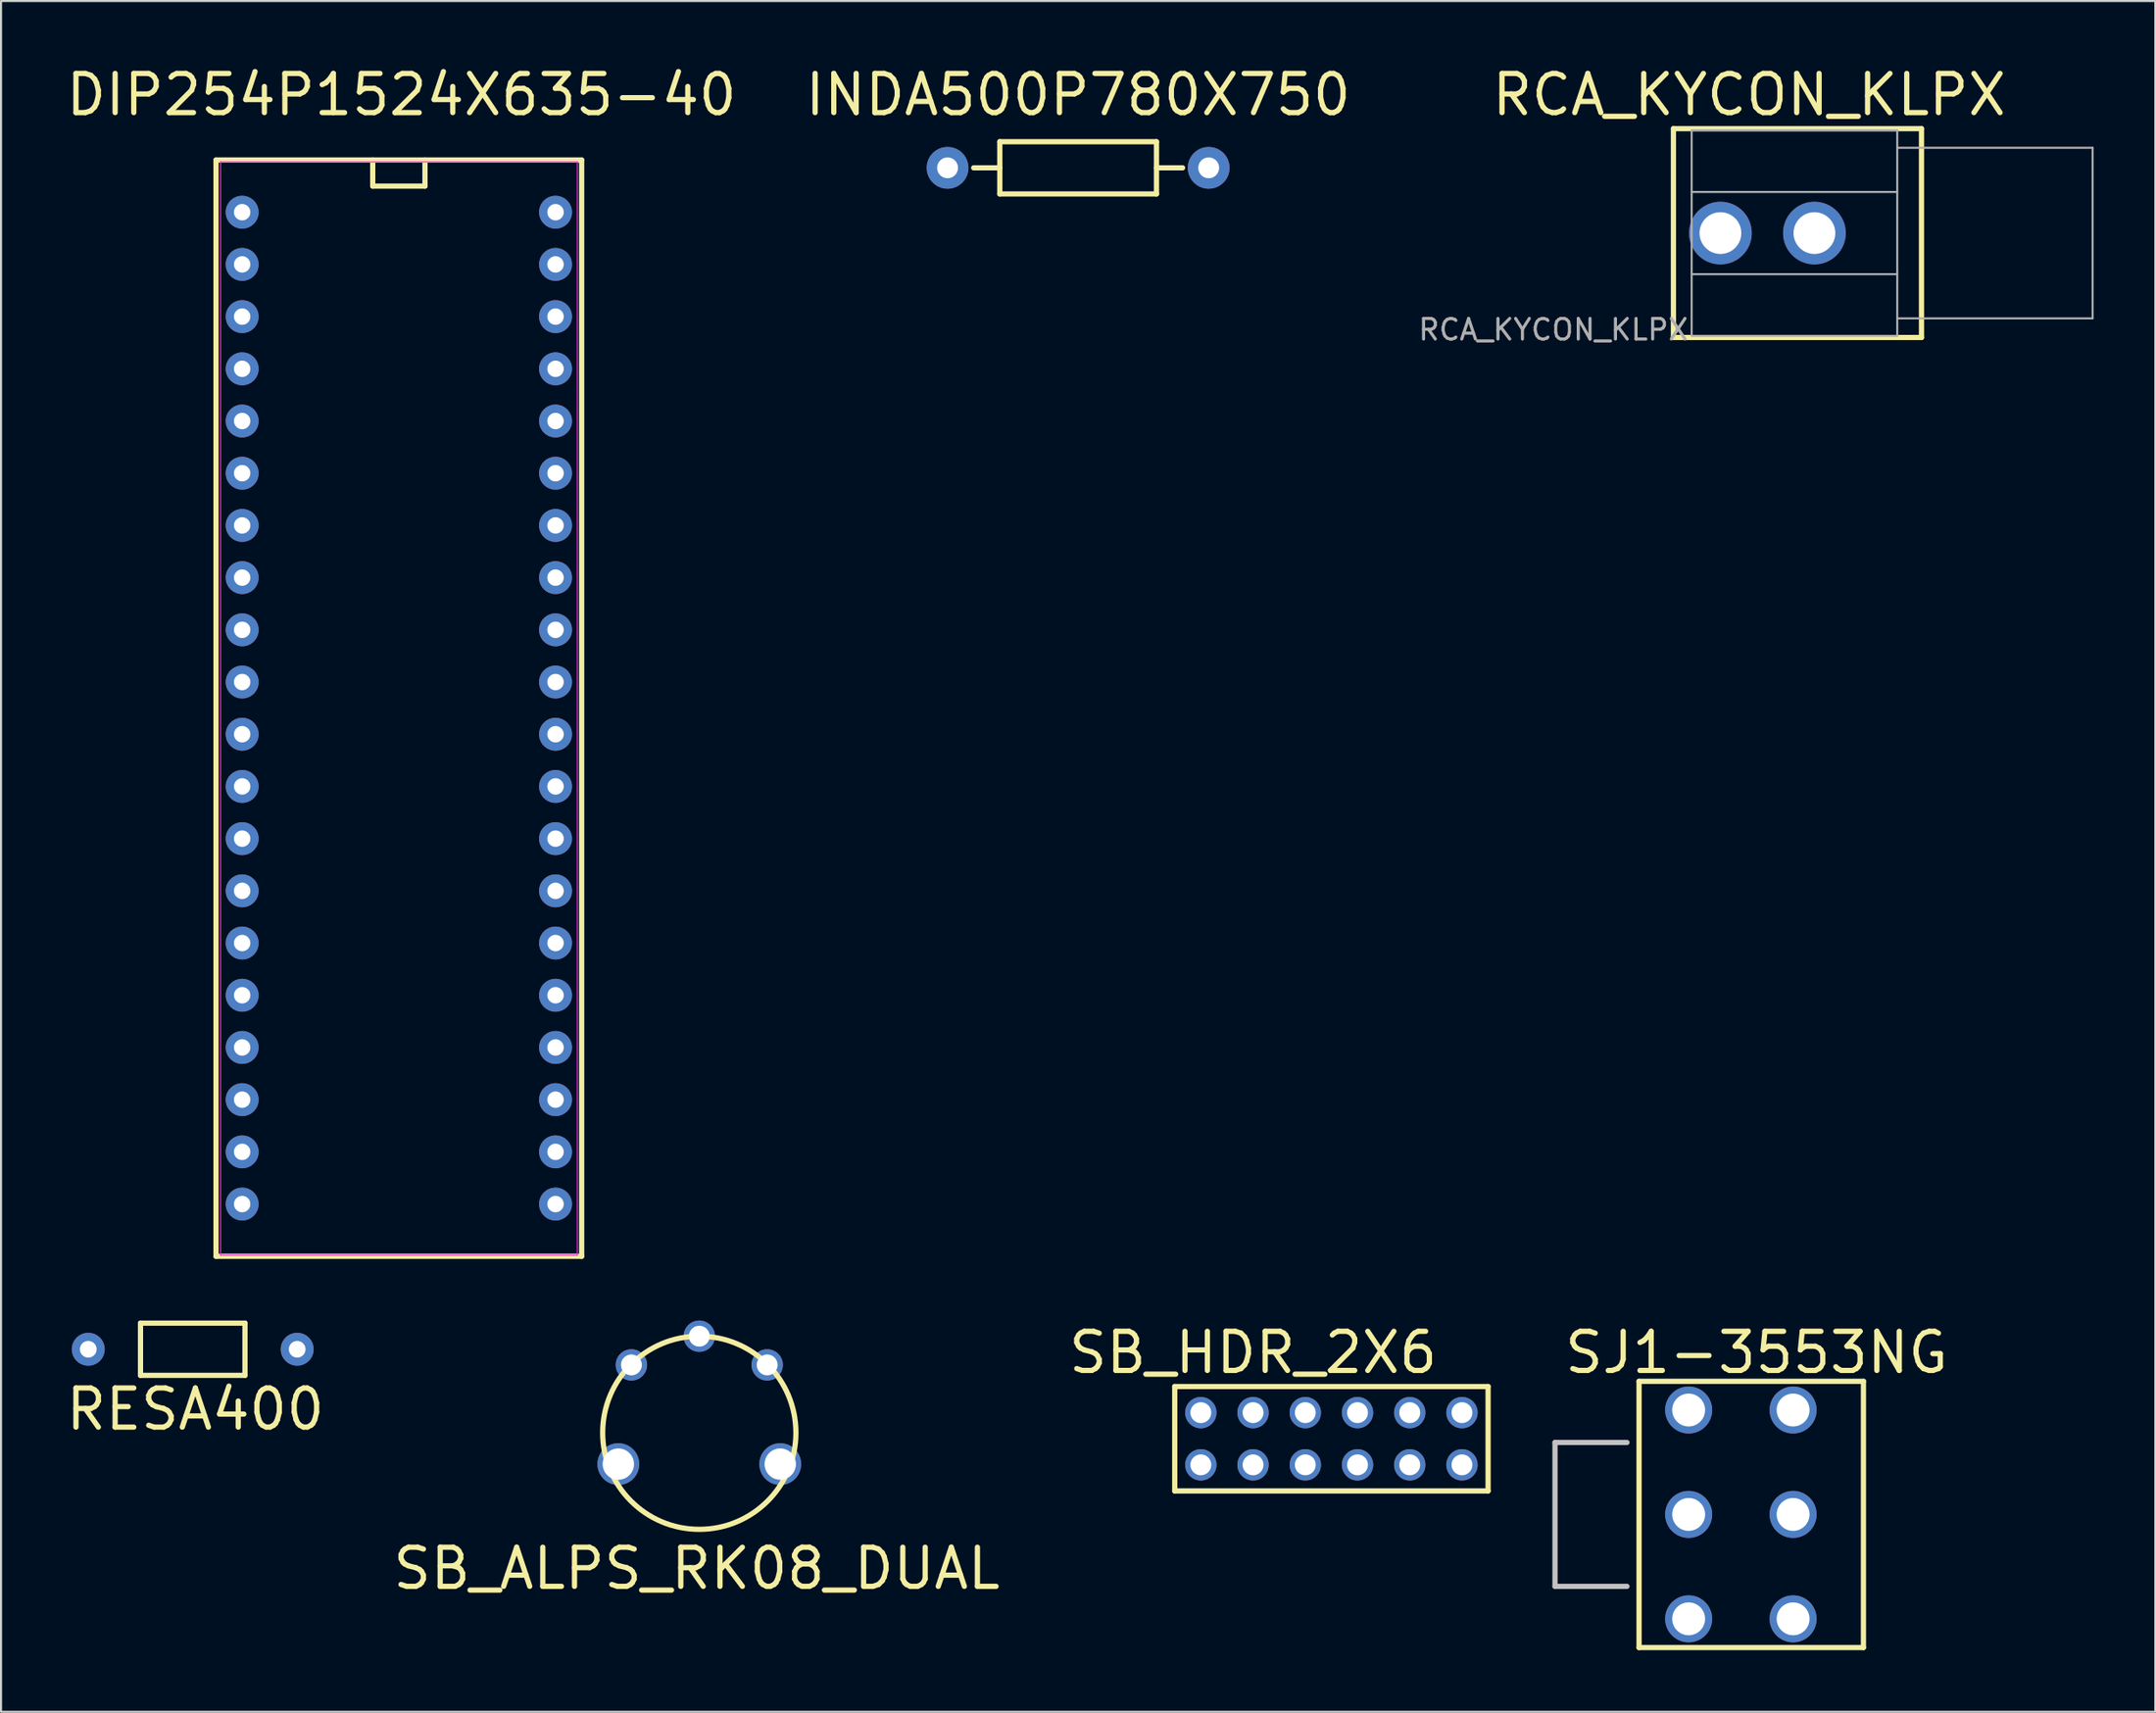
<source format=kicad_pcb>
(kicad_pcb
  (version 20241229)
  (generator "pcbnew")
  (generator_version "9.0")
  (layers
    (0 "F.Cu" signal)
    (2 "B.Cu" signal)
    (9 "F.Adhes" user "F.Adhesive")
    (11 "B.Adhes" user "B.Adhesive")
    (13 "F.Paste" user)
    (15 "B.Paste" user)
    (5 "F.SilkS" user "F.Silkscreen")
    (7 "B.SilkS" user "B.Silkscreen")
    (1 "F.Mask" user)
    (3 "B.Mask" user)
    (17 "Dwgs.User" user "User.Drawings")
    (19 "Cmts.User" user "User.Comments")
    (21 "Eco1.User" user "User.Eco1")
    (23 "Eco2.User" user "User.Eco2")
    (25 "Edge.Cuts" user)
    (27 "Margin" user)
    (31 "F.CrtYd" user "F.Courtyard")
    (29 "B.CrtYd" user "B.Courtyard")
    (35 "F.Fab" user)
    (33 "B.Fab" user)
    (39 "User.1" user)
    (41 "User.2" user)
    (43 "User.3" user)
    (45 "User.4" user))
  (footprint "DIP254P1524X635-40"
    (layer "F.Cu")
    (at 8.727 7.275)
    (property "Reference" "DIP254P1524X635-40" (at 7.747 -5.715 0) (layer "F.SilkS") (effects (font (size 1.905 1.905) (thickness 0.254))))
    (attr through_hole)
    (fp_line (start -1.27 -2.54) (end -1.27 50.8) (stroke (width 0.254) (type solid)) (layer "F.SilkS"))
    (fp_line (start -1.27 50.8) (end 16.51 50.8) (stroke (width 0.254) (type solid)) (layer "F.SilkS"))
    (fp_line (start 6.35 -2.54) (end 6.35 -1.27) (stroke (width 0.254) (type solid)) (layer "F.SilkS"))
    (fp_line (start 6.35 -1.27) (end 8.89 -1.27) (stroke (width 0.254) (type solid)) (layer "F.SilkS"))
    (fp_line (start 8.89 -1.27) (end 8.89 -2.54) (stroke (width 0.254) (type solid)) (layer "F.SilkS"))
    (fp_line (start 16.51 -2.54) (end -1.27 -2.54) (stroke (width 0.254) (type solid)) (layer "F.SilkS"))
    (fp_line (start 16.51 50.8) (end 16.51 -2.54) (stroke (width 0.254) (type solid)) (layer "F.SilkS"))
    (fp_line (start -1.05 -2.45) (end -1.05 50.75) (stroke (width 0.05) (type solid)) (layer "F.CrtYd"))
    (fp_line (start -1.05 -2.45) (end 16.3 -2.45) (stroke (width 0.05) (type solid)) (layer "F.CrtYd"))
    (fp_line (start -1.05 50.75) (end 16.3 50.75) (stroke (width 0.05) (type solid)) (layer "F.CrtYd"))
    (fp_line (start 16.3 -2.45) (end 16.3 50.75) (stroke (width 0.05) (type solid)) (layer "F.CrtYd"))
    (pad "1" thru_hole circle (at 0 0) (size 1.6 1.6) (drill 0.8) (layers "*.Cu" "*.Mask"))
    (pad "2" thru_hole oval (at 0 2.54) (size 1.6 1.6) (drill 0.8) (layers "*.Cu" "*.Mask"))
    (pad "3" thru_hole oval (at 0 5.08) (size 1.6 1.6) (drill 0.8) (layers "*.Cu" "*.Mask"))
    (pad "4" thru_hole oval (at 0 7.62) (size 1.6 1.6) (drill 0.8) (layers "*.Cu" "*.Mask"))
    (pad "5" thru_hole oval (at 0 10.16) (size 1.6 1.6) (drill 0.8) (layers "*.Cu" "*.Mask"))
    (pad "6" thru_hole oval (at 0 12.7) (size 1.6 1.6) (drill 0.8) (layers "*.Cu" "*.Mask"))
    (pad "7" thru_hole oval (at 0 15.24) (size 1.6 1.6) (drill 0.8) (layers "*.Cu" "*.Mask"))
    (pad "8" thru_hole oval (at 0 17.78) (size 1.6 1.6) (drill 0.8) (layers "*.Cu" "*.Mask"))
    (pad "9" thru_hole oval (at 0 20.32) (size 1.6 1.6) (drill 0.8) (layers "*.Cu" "*.Mask"))
    (pad "10" thru_hole oval (at 0 22.86) (size 1.6 1.6) (drill 0.8) (layers "*.Cu" "*.Mask"))
    (pad "11" thru_hole oval (at 0 25.4) (size 1.6 1.6) (drill 0.8) (layers "*.Cu" "*.Mask"))
    (pad "12" thru_hole oval (at 0 27.94) (size 1.6 1.6) (drill 0.8) (layers "*.Cu" "*.Mask"))
    (pad "13" thru_hole oval (at 0 30.48) (size 1.6 1.6) (drill 0.8) (layers "*.Cu" "*.Mask"))
    (pad "14" thru_hole oval (at 0 33.02) (size 1.6 1.6) (drill 0.8) (layers "*.Cu" "*.Mask"))
    (pad "15" thru_hole oval (at 0 35.56) (size 1.6 1.6) (drill 0.8) (layers "*.Cu" "*.Mask"))
    (pad "16" thru_hole oval (at 0 38.1) (size 1.6 1.6) (drill 0.8) (layers "*.Cu" "*.Mask"))
    (pad "17" thru_hole oval (at 0 40.64) (size 1.6 1.6) (drill 0.8) (layers "*.Cu" "*.Mask"))
    (pad "18" thru_hole oval (at 0 43.18) (size 1.6 1.6) (drill 0.8) (layers "*.Cu" "*.Mask"))
    (pad "19" thru_hole oval (at 0 45.72) (size 1.6 1.6) (drill 0.8) (layers "*.Cu" "*.Mask"))
    (pad "20" thru_hole oval (at 0 48.26) (size 1.6 1.6) (drill 0.8) (layers "*.Cu" "*.Mask"))
    (pad "21" thru_hole oval (at 15.24 48.26) (size 1.6 1.6) (drill 0.8) (layers "*.Cu" "*.Mask"))
    (pad "22" thru_hole oval (at 15.24 45.72) (size 1.6 1.6) (drill 0.8) (layers "*.Cu" "*.Mask"))
    (pad "23" thru_hole oval (at 15.24 43.18) (size 1.6 1.6) (drill 0.8) (layers "*.Cu" "*.Mask"))
    (pad "24" thru_hole oval (at 15.24 40.64) (size 1.6 1.6) (drill 0.8) (layers "*.Cu" "*.Mask"))
    (pad "25" thru_hole oval (at 15.24 38.1) (size 1.6 1.6) (drill 0.8) (layers "*.Cu" "*.Mask"))
    (pad "26" thru_hole oval (at 15.24 35.56) (size 1.6 1.6) (drill 0.8) (layers "*.Cu" "*.Mask"))
    (pad "27" thru_hole oval (at 15.24 33.02) (size 1.6 1.6) (drill 0.8) (layers "*.Cu" "*.Mask"))
    (pad "28" thru_hole oval (at 15.24 30.48) (size 1.6 1.6) (drill 0.8) (layers "*.Cu" "*.Mask"))
    (pad "29" thru_hole oval (at 15.24 27.94) (size 1.6 1.6) (drill 0.8) (layers "*.Cu" "*.Mask"))
    (pad "30" thru_hole oval (at 15.24 25.4) (size 1.6 1.6) (drill 0.8) (layers "*.Cu" "*.Mask"))
    (pad "31" thru_hole oval (at 15.24 22.86) (size 1.6 1.6) (drill 0.8) (layers "*.Cu" "*.Mask"))
    (pad "32" thru_hole oval (at 15.24 20.32) (size 1.6 1.6) (drill 0.8) (layers "*.Cu" "*.Mask"))
    (pad "33" thru_hole oval (at 15.24 17.78) (size 1.6 1.6) (drill 0.8) (layers "*.Cu" "*.Mask"))
    (pad "34" thru_hole oval (at 15.24 15.24) (size 1.6 1.6) (drill 0.8) (layers "*.Cu" "*.Mask"))
    (pad "35" thru_hole oval (at 15.24 12.7) (size 1.6 1.6) (drill 0.8) (layers "*.Cu" "*.Mask"))
    (pad "36" thru_hole oval (at 15.24 10.16) (size 1.6 1.6) (drill 0.8) (layers "*.Cu" "*.Mask"))
    (pad "37" thru_hole oval (at 15.24 7.62) (size 1.6 1.6) (drill 0.8) (layers "*.Cu" "*.Mask"))
    (pad "38" thru_hole oval (at 15.24 5.08) (size 1.6 1.6) (drill 0.8) (layers "*.Cu" "*.Mask"))
    (pad "39" thru_hole oval (at 15.24 2.54) (size 1.6 1.6) (drill 0.8) (layers "*.Cu" "*.Mask"))
    (pad "40" thru_hole oval (at 15.24 0) (size 1.6 1.6) (drill 0.8) (layers "*.Cu" "*.Mask")))
  (footprint "RCA_KYCON_KLPX"
    (layer "F.Cu")
    (at 80.618 8.291)
    (property "Reference" "RCA_KYCON_KLPX" (at 1.397 -6.731 0) (unlocked yes) (layer "F.SilkS") (effects (font (size 1.905 1.905) (thickness 0.254))))
    (attr through_hole)
    (fp_line (start -2.286 -5.08) (end -2.286 5.08) (stroke (width 0.254) (type solid)) (layer "F.SilkS"))
    (fp_line (start -2.286 -5.08) (end 9.779 -5.08) (stroke (width 0.254) (type solid)) (layer "F.SilkS"))
    (fp_line (start 9.779 -5.08) (end 9.779 5.08) (stroke (width 0.254) (type solid)) (layer "F.SilkS"))
    (fp_line (start 9.779 5.08) (end -2.286 5.08) (stroke (width 0.254) (type solid)) (layer "F.SilkS"))
    (fp_line (start -1.4 -5) (end -1.4 5) (stroke (width 0.1) (type solid)) (layer "F.Fab"))
    (fp_line (start -1.4 -2) (end 8.6 -2) (stroke (width 0.1) (type solid)) (layer "F.Fab"))
    (fp_line (start -1.4 2) (end 8.6 2) (stroke (width 0.1) (type solid)) (layer "F.Fab"))
    (fp_line (start -1.4 5) (end 8.6 5) (stroke (width 0.1) (type solid)) (layer "F.Fab"))
    (fp_line (start 8.6 -5) (end -1.4 -5) (stroke (width 0.1) (type solid)) (layer "F.Fab"))
    (fp_line (start 8.6 5) (end 8.6 -5) (stroke (width 0.1) (type solid)) (layer "F.Fab"))
    (fp_line (start 18.1 -4.15) (end 8.6 -4.15) (stroke (width 0.1) (type solid)) (layer "F.Fab"))
    (fp_line (start 18.1 4.15) (end 8.6 4.15) (stroke (width 0.1) (type solid)) (layer "F.Fab"))
    (fp_line (start 18.1 4.15) (end 18.1 -4.15) (stroke (width 0.1) (type solid)) (layer "F.Fab"))
    (fp_text user "${REFERENCE}" (at -8.128 4.699 0) (unlocked yes) (layer "F.Fab") (effects (font (size 1 1) (thickness 0.15))))
    (pad "1" thru_hole circle (at 0 0) (size 3.048 3.048) (drill 2.032) (layers "*.Cu" "*.Mask"))
    (pad "2" thru_hole circle (at 4.572 0) (size 3.048 3.048) (drill 2.032) (layers "*.Cu" "*.Mask")))
  (footprint "SB_HDR_2X6"
    (layer "F.Cu")
    (at 55.349 68.223)
    (property "Reference" "SB_HDR_2X6" (at 2.54 -5.461 0) (layer "F.SilkS") (effects (font (size 1.905 1.905) (thickness 0.254))))
    (attr through_hole)
    (fp_line (start -1.27 -3.81) (end -1.27 1.27) (stroke (width 0.254) (type solid)) (layer "F.SilkS"))
    (fp_line (start -1.27 1.27) (end 13.97 1.27) (stroke (width 0.254) (type solid)) (layer "F.SilkS"))
    (fp_line (start 13.97 -3.81) (end -1.27 -3.81) (stroke (width 0.254) (type solid)) (layer "F.SilkS"))
    (fp_line (start 13.97 1.27) (end 13.97 -3.81) (stroke (width 0.254) (type solid)) (layer "F.SilkS"))
    (pad "1" thru_hole circle (at 0 0) (size 1.524 1.524) (drill 1.016) (layers "*.Cu" "*.Mask"))
    (pad "2" thru_hole circle (at 0 -2.54) (size 1.524 1.524) (drill 1.016) (layers "*.Cu" "*.Mask"))
    (pad "3" thru_hole circle (at 2.54 0) (size 1.524 1.524) (drill 1.016) (layers "*.Cu" "*.Mask"))
    (pad "4" thru_hole circle (at 2.54 -2.54) (size 1.524 1.524) (drill 1.016) (layers "*.Cu" "*.Mask"))
    (pad "5" thru_hole circle (at 5.08 0) (size 1.524 1.524) (drill 1.016) (layers "*.Cu" "*.Mask"))
    (pad "6" thru_hole circle (at 5.08 -2.54) (size 1.524 1.524) (drill 1.016) (layers "*.Cu" "*.Mask"))
    (pad "7" thru_hole circle (at 7.62 0) (size 1.524 1.524) (drill 1.016) (layers "*.Cu" "*.Mask"))
    (pad "8" thru_hole circle (at 7.62 -2.54) (size 1.524 1.524) (drill 1.016) (layers "*.Cu" "*.Mask"))
    (pad "9" thru_hole circle (at 10.16 0) (size 1.524 1.524) (drill 1.016) (layers "*.Cu" "*.Mask"))
    (pad "10" thru_hole circle (at 10.16 -2.54) (size 1.524 1.524) (drill 1.016) (layers "*.Cu" "*.Mask"))
    (pad "11" thru_hole circle (at 12.7 0) (size 1.524 1.524) (drill 1.016) (layers "*.Cu" "*.Mask"))
    (pad "12" thru_hole circle (at 12.7 -2.54) (size 1.524 1.524) (drill 1.016) (layers "*.Cu" "*.Mask")))
  (footprint "RESA400"
    (layer "F.Cu")
    (at 1.243 62.599)
    (property "Reference" "RESA400" (at 5.207 2.921 0) (layer "F.SilkS") (effects (font (size 1.905 1.905) (thickness 0.254))))
    (attr through_hole)
    (fp_line (start 2.54 -1.27) (end 2.54 1.27) (stroke (width 0.254) (type solid)) (layer "F.SilkS"))
    (fp_line (start 2.54 1.27) (end 7.62 1.27) (stroke (width 0.254) (type solid)) (layer "F.SilkS"))
    (fp_line (start 7.62 -1.27) (end 2.54 -1.27) (stroke (width 0.254) (type solid)) (layer "F.SilkS"))
    (fp_line (start 7.62 1.27) (end 7.62 -1.27) (stroke (width 0.254) (type solid)) (layer "F.SilkS"))
    (pad "1" thru_hole circle (at 0 0) (size 1.6 1.6) (drill 0.813) (layers "*.Cu" "*.Mask"))
    (pad "2" thru_hole circle (at 10.16 0) (size 1.6 1.6) (drill 0.813) (layers "*.Cu" "*.Mask")))
  (footprint "SJ1-3553NG"
    (layer "F.Cu")
    (at 79.073 70.636)
    (property "Reference" "SJ1-3553NG" (at 3.302 -7.874 0) (layer "F.SilkS") (effects (font (size 1.905 1.905) (thickness 0.254))))
    (attr through_hole)
    (fp_line (start -2.413 -6.477) (end 8.5 -6.477) (stroke (width 0.254) (type solid)) (layer "F.SilkS"))
    (fp_line (start -2.413 6.477) (end -2.413 -6.477) (stroke (width 0.254) (type solid)) (layer "F.SilkS"))
    (fp_line (start -2.413 6.477) (end 8.5 6.477) (stroke (width 0.254) (type solid)) (layer "F.SilkS"))
    (fp_line (start 8.5 6.477) (end 8.5 -6.477) (stroke (width 0.254) (type solid)) (layer "F.SilkS"))
    (fp_line (start -6.5 -3.5) (end -6.5 3.5) (stroke (width 0.254) (type solid)) (layer "Dwgs.User"))
    (fp_line (start -6.5 3.5) (end -3 3.5) (stroke (width 0.254) (type solid)) (layer "Dwgs.User"))
    (fp_line (start -3 -3.5) (end -6.5 -3.5) (stroke (width 0.254) (type solid)) (layer "Dwgs.User"))
    (pad "0" thru_hole circle (at 0 -5.08) (size 2.286 2.286) (drill 1.6) (layers "*.Cu" "*.Mask"))
    (pad "0" thru_hole circle (at 0 5.08) (size 2.286 2.286) (drill 1.6) (layers "*.Cu" "*.Mask"))
    (pad "0" thru_hole circle (at 5.08 0) (size 2.286 2.286) (drill 1.6) (layers "*.Cu" "*.Mask"))
    (pad "1" thru_hole circle (at 5.08 5.08) (size 2.286 2.286) (drill 1.6) (layers "*.Cu" "*.Mask"))
    (pad "2" thru_hole circle (at 5.08 -5.08) (size 2.286 2.286) (drill 1.6) (layers "*.Cu" "*.Mask"))
    (pad "3" thru_hole circle (at 0 0) (size 2.286 2.286) (drill 1.6) (layers "*.Cu" "*.Mask")))
  (footprint "INDA500P780X750"
    (layer "F.Cu")
    (at 43.032 5.116)
    (property "Reference" "INDA500P780X750" (at 6.35 -3.556 0) (layer "F.SilkS") (effects (font (size 1.905 1.905) (thickness 0.254))))
    (attr through_hole)
    (fp_line (start 2.54 -1.27) (end 2.54 1.27) (stroke (width 0.254) (type solid)) (layer "F.SilkS"))
    (fp_line (start 2.54 0) (end 1.27 0) (stroke (width 0.254) (type solid)) (layer "F.SilkS"))
    (fp_line (start 2.54 1.27) (end 10.16 1.27) (stroke (width 0.254) (type solid)) (layer "F.SilkS"))
    (fp_line (start 10.16 -1.27) (end 2.54 -1.27) (stroke (width 0.254) (type solid)) (layer "F.SilkS"))
    (fp_line (start 10.16 0) (end 11.43 0) (stroke (width 0.254) (type solid)) (layer "F.SilkS"))
    (fp_line (start 10.16 1.27) (end 10.16 -1.27) (stroke (width 0.254) (type solid)) (layer "F.SilkS"))
    (pad "1" thru_hole circle (at 0 0) (size 2.032 2.032) (drill 1.016) (layers "*.Cu" "*.Mask"))
    (pad "2" thru_hole circle (at 12.7 0) (size 2.032 2.032) (drill 1.016) (layers "*.Cu" "*.Mask")))
  (footprint "SB_ALPS_RK08_DUAL"
    (layer "F.Cu")
    (at 30.958 66.663)
    (property "Reference" "SB_ALPS_RK08_DUAL" (at -0.127 6.604 0) (layer "F.SilkS") (effects (font (size 1.905 1.905) (thickness 0.254))))
    (attr through_hole)
    (fp_circle (center 0 0) (end 4.699 0) (stroke (width 0.254) (type solid)) (fill no) (layer "F.SilkS"))
    (pad "1A" thru_hole circle (at 0 -4.699 270) (size 1.524 1.524) (drill 1.016) (layers "*.Cu" "*.Mask"))
    (pad "1B" thru_hole circle (at 3.302 -3.302 270) (size 1.524 1.524) (drill 1.016) (layers "*.Cu" "*.Mask"))
    (pad "2A" thru_hole circle (at -3.937 1.524 270) (size 2.032 2.032) (drill 1.524) (layers "*.Cu" "*.Mask"))
    (pad "2B" thru_hole circle (at 3.937 1.524 270) (size 2.032 2.032) (drill 1.524) (layers "*.Cu" "*.Mask"))
    (pad "3" thru_hole circle (at -3.302 -3.302 270) (size 1.524 1.524) (drill 1.016) (layers "*.Cu" "*.Mask")))
  (gr_rect
    (start -3 -3)
    (end 101.768 80.24)
    (stroke (width 0.1) (type default))
    (fill no)
    (layer "Edge.Cuts")))
</source>
